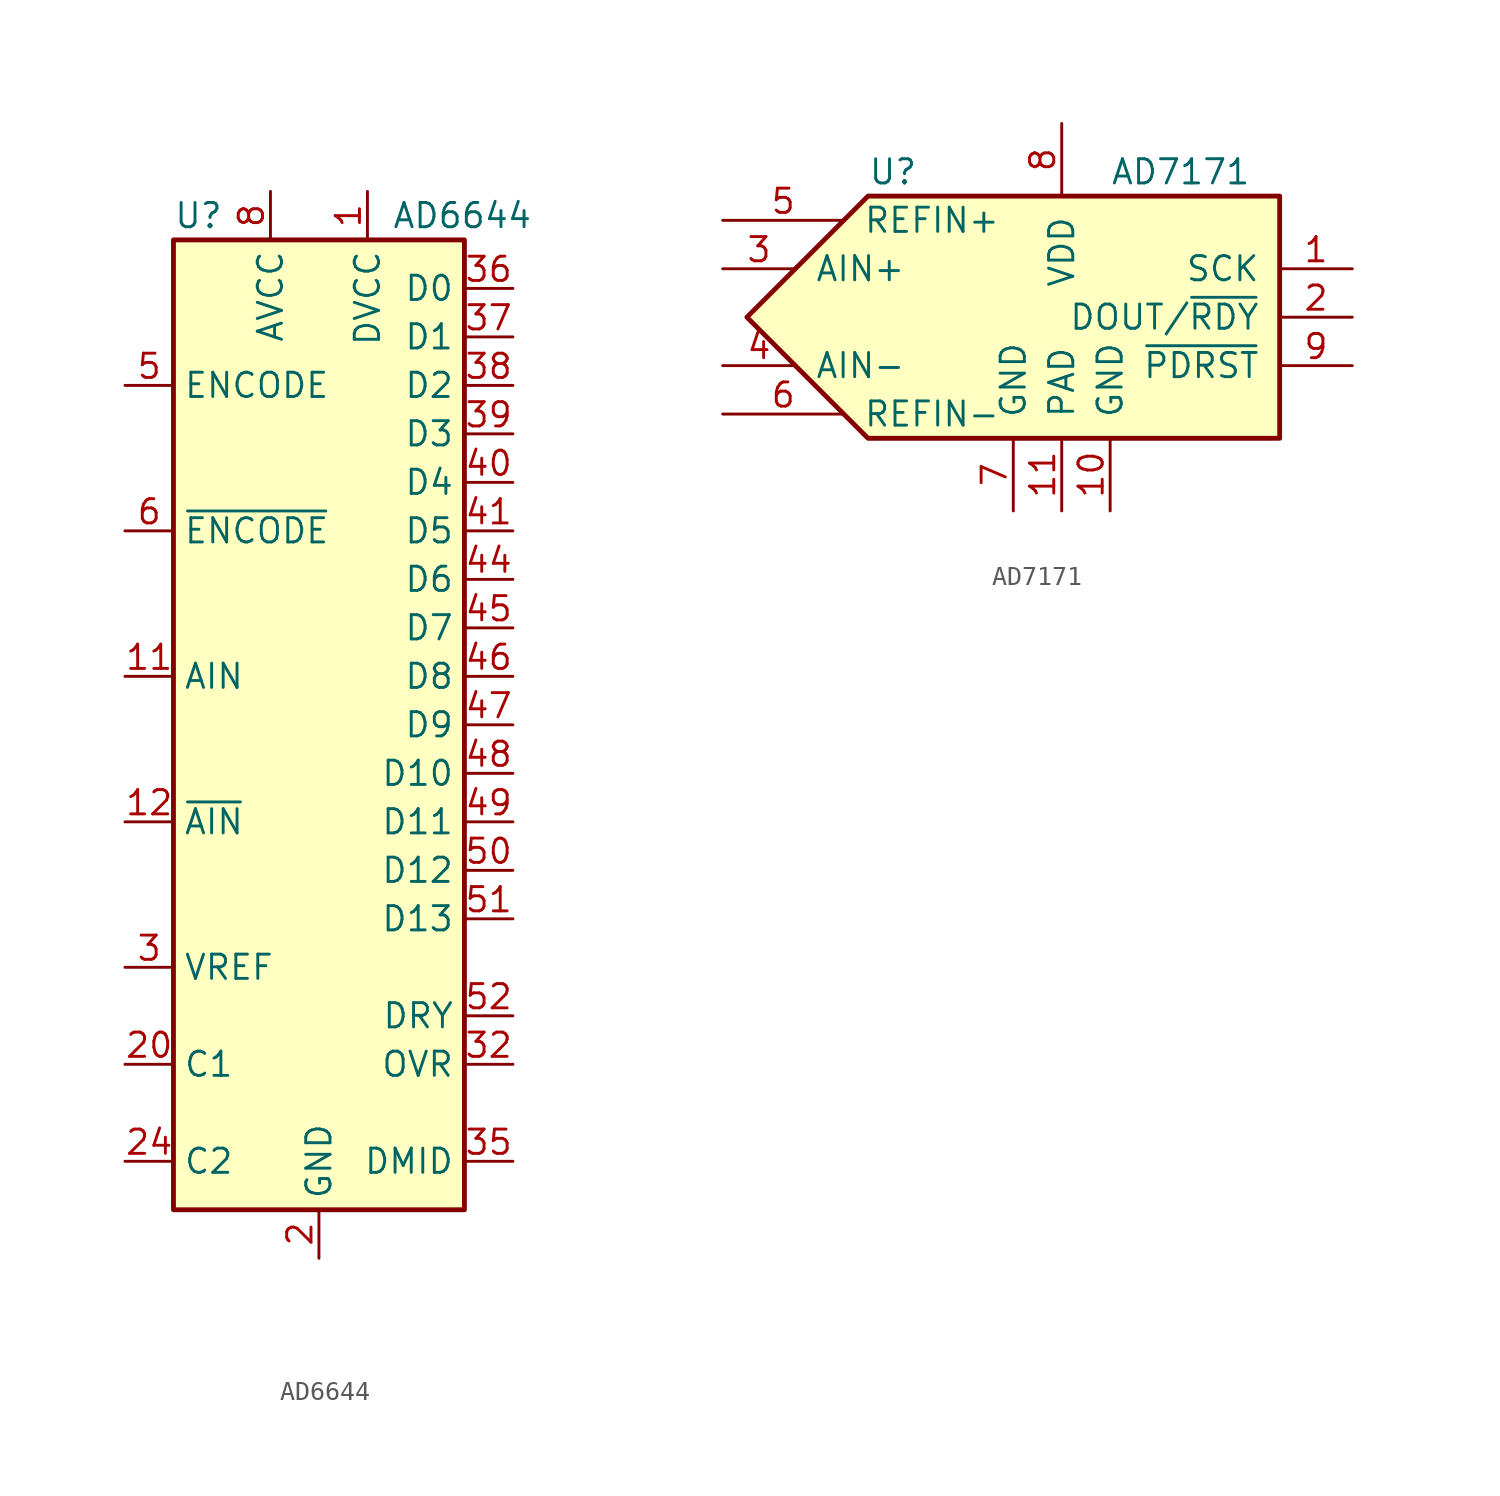
<source format=kicad_sym>
(kicad_symbol_lib
  (version 20220914)
  (generator kicad_symbol_editor)
  (symbol "AD6644"
    (property "Reference" "U"
      (at -7.62 26.67 0)
      (effects (font (size 1.27 1.27)) (justify left)))
    (property "Value" "AD6644"
      (at 3.81 26.67 0)
      (effects (font (size 1.27 1.27)) (justify left)))
    (symbol "AD6644_0_1"
      (rectangle (start -7.62 25.4) (end 7.62 -25.4) (stroke (width 0.254) (type default)) (fill (type background))))
    (symbol "AD6644_1_1"
      (pin power_in line (at 2.54 27.94 270) (length 2.54) (name "DVCC" (effects (font (size 1.27 1.27)))) (number "1" (effects (font (size 1.27 1.27)))))
      (pin passive line (at 0 -27.94 90) (length 2.54) hide (name "GND" (effects (font (size 1.27 1.27)))) (number "10" (effects (font (size 1.27 1.27)))))
      (pin input line (at -10.16 2.54 0) (length 2.54) (name "AIN" (effects (font (size 1.27 1.27)))) (number "11" (effects (font (size 1.27 1.27)))))
      (pin input line (at -10.16 -5.08 0) (length 2.54) (name "~{AIN}" (effects (font (size 1.27 1.27)))) (number "12" (effects (font (size 1.27 1.27)))))
      (pin passive line (at 0 -27.94 90) (length 2.54) hide (name "GND" (effects (font (size 1.27 1.27)))) (number "13" (effects (font (size 1.27 1.27)))))
      (pin passive line (at -2.54 27.94 270) (length 2.54) hide (name "AVCC" (effects (font (size 1.27 1.27)))) (number "14" (effects (font (size 1.27 1.27)))))
      (pin passive line (at 0 -27.94 90) (length 2.54) hide (name "GND" (effects (font (size 1.27 1.27)))) (number "15" (effects (font (size 1.27 1.27)))))
      (pin passive line (at -2.54 27.94 270) (length 2.54) hide (name "AVCC" (effects (font (size 1.27 1.27)))) (number "16" (effects (font (size 1.27 1.27)))))
      (pin passive line (at 0 -27.94 90) (length 2.54) hide (name "GND" (effects (font (size 1.27 1.27)))) (number "17" (effects (font (size 1.27 1.27)))))
      (pin passive line (at -2.54 27.94 270) (length 2.54) hide (name "AVCC" (effects (font (size 1.27 1.27)))) (number "18" (effects (font (size 1.27 1.27)))))
      (pin passive line (at 0 -27.94 90) (length 2.54) hide (name "GND" (effects (font (size 1.27 1.27)))) (number "19" (effects (font (size 1.27 1.27)))))
      (pin power_in line (at 0 -27.94 90) (length 2.54) (name "GND" (effects (font (size 1.27 1.27)))) (number "2" (effects (font (size 1.27 1.27)))))
      (pin passive line (at -10.16 -17.78 0) (length 2.54) (name "C1" (effects (font (size 1.27 1.27)))) (number "20" (effects (font (size 1.27 1.27)))))
      (pin passive line (at 0 -27.94 90) (length 2.54) hide (name "GND" (effects (font (size 1.27 1.27)))) (number "21" (effects (font (size 1.27 1.27)))))
      (pin passive line (at -2.54 27.94 270) (length 2.54) hide (name "AVCC" (effects (font (size 1.27 1.27)))) (number "22" (effects (font (size 1.27 1.27)))))
      (pin passive line (at 0 -27.94 90) (length 2.54) hide (name "GND" (effects (font (size 1.27 1.27)))) (number "23" (effects (font (size 1.27 1.27)))))
      (pin passive line (at -10.16 -22.86 0) (length 2.54) (name "C2" (effects (font (size 1.27 1.27)))) (number "24" (effects (font (size 1.27 1.27)))))
      (pin passive line (at 0 -27.94 90) (length 2.54) hide (name "GND" (effects (font (size 1.27 1.27)))) (number "25" (effects (font (size 1.27 1.27)))))
      (pin passive line (at -2.54 27.94 270) (length 2.54) hide (name "AVCC" (effects (font (size 1.27 1.27)))) (number "26" (effects (font (size 1.27 1.27)))))
      (pin passive line (at 0 -27.94 90) (length 2.54) hide (name "GND" (effects (font (size 1.27 1.27)))) (number "27" (effects (font (size 1.27 1.27)))))
      (pin passive line (at -2.54 27.94 270) (length 2.54) hide (name "AVCC" (effects (font (size 1.27 1.27)))) (number "28" (effects (font (size 1.27 1.27)))))
      (pin passive line (at 0 -27.94 90) (length 2.54) hide (name "GND" (effects (font (size 1.27 1.27)))) (number "29" (effects (font (size 1.27 1.27)))))
      (pin passive line (at -10.16 -12.7 0) (length 2.54) (name "VREF" (effects (font (size 1.27 1.27)))) (number "3" (effects (font (size 1.27 1.27)))))
      (pin passive line (at -2.54 27.94 270) (length 2.54) hide (name "AVCC" (effects (font (size 1.27 1.27)))) (number "30" (effects (font (size 1.27 1.27)))))
      (pin no_connect line (at 7.62 -12.7 180) (length 2.54) hide (name "DNC" (effects (font (size 1.27 1.27)))) (number "31" (effects (font (size 1.27 1.27)))))
      (pin output line (at 10.16 -17.78 180) (length 2.54) (name "OVR" (effects (font (size 1.27 1.27)))) (number "32" (effects (font (size 1.27 1.27)))))
      (pin passive line (at 2.54 27.94 270) (length 2.54) hide (name "DVCC" (effects (font (size 1.27 1.27)))) (number "33" (effects (font (size 1.27 1.27)))))
      (pin passive line (at 0 -27.94 90) (length 2.54) hide (name "GND" (effects (font (size 1.27 1.27)))) (number "34" (effects (font (size 1.27 1.27)))))
      (pin output line (at 10.16 -22.86 180) (length 2.54) (name "DMID" (effects (font (size 1.27 1.27)))) (number "35" (effects (font (size 1.27 1.27)))))
      (pin output line (at 10.16 22.86 180) (length 2.54) (name "D0" (effects (font (size 1.27 1.27)))) (number "36" (effects (font (size 1.27 1.27)))))
      (pin output line (at 10.16 20.32 180) (length 2.54) (name "D1" (effects (font (size 1.27 1.27)))) (number "37" (effects (font (size 1.27 1.27)))))
      (pin output line (at 10.16 17.78 180) (length 2.54) (name "D2" (effects (font (size 1.27 1.27)))) (number "38" (effects (font (size 1.27 1.27)))))
      (pin output line (at 10.16 15.24 180) (length 2.54) (name "D3" (effects (font (size 1.27 1.27)))) (number "39" (effects (font (size 1.27 1.27)))))
      (pin passive line (at 0 -27.94 90) (length 2.54) hide (name "GND" (effects (font (size 1.27 1.27)))) (number "4" (effects (font (size 1.27 1.27)))))
      (pin output line (at 10.16 12.7 180) (length 2.54) (name "D4" (effects (font (size 1.27 1.27)))) (number "40" (effects (font (size 1.27 1.27)))))
      (pin output line (at 10.16 10.16 180) (length 2.54) (name "D5" (effects (font (size 1.27 1.27)))) (number "41" (effects (font (size 1.27 1.27)))))
      (pin passive line (at 0 -27.94 90) (length 2.54) hide (name "GND" (effects (font (size 1.27 1.27)))) (number "42" (effects (font (size 1.27 1.27)))))
      (pin passive line (at 2.54 27.94 270) (length 2.54) hide (name "DVCC" (effects (font (size 1.27 1.27)))) (number "43" (effects (font (size 1.27 1.27)))))
      (pin output line (at 10.16 7.62 180) (length 2.54) (name "D6" (effects (font (size 1.27 1.27)))) (number "44" (effects (font (size 1.27 1.27)))))
      (pin output line (at 10.16 5.08 180) (length 2.54) (name "D7" (effects (font (size 1.27 1.27)))) (number "45" (effects (font (size 1.27 1.27)))))
      (pin output line (at 10.16 2.54 180) (length 2.54) (name "D8" (effects (font (size 1.27 1.27)))) (number "46" (effects (font (size 1.27 1.27)))))
      (pin output line (at 10.16 0 180) (length 2.54) (name "D9" (effects (font (size 1.27 1.27)))) (number "47" (effects (font (size 1.27 1.27)))))
      (pin output line (at 10.16 -2.54 180) (length 2.54) (name "D10" (effects (font (size 1.27 1.27)))) (number "48" (effects (font (size 1.27 1.27)))))
      (pin output line (at 10.16 -5.08 180) (length 2.54) (name "D11" (effects (font (size 1.27 1.27)))) (number "49" (effects (font (size 1.27 1.27)))))
      (pin input line (at -10.16 17.78 0) (length 2.54) (name "ENCODE" (effects (font (size 1.27 1.27)))) (number "5" (effects (font (size 1.27 1.27)))))
      (pin output line (at 10.16 -7.62 180) (length 2.54) (name "D12" (effects (font (size 1.27 1.27)))) (number "50" (effects (font (size 1.27 1.27)))))
      (pin output line (at 10.16 -10.16 180) (length 2.54) (name "D13" (effects (font (size 1.27 1.27)))) (number "51" (effects (font (size 1.27 1.27)))))
      (pin output line (at 10.16 -15.24 180) (length 2.54) (name "DRY" (effects (font (size 1.27 1.27)))) (number "52" (effects (font (size 1.27 1.27)))))
      (pin passive line (at 0 -27.94 90) (length 2.54) hide (name "GND" (effects (font (size 1.27 1.27)))) (number "53" (effects (font (size 1.27 1.27)))))
      (pin input line (at -10.16 10.16 0) (length 2.54) (name "~{ENCODE}" (effects (font (size 1.27 1.27)))) (number "6" (effects (font (size 1.27 1.27)))))
      (pin passive line (at 0 -27.94 90) (length 2.54) hide (name "GND" (effects (font (size 1.27 1.27)))) (number "7" (effects (font (size 1.27 1.27)))))
      (pin power_in line (at -2.54 27.94 270) (length 2.54) (name "AVCC" (effects (font (size 1.27 1.27)))) (number "8" (effects (font (size 1.27 1.27)))))
      (pin passive line (at -2.54 27.94 270) (length 2.54) hide (name "AVCC" (effects (font (size 1.27 1.27)))) (number "9" (effects (font (size 1.27 1.27)))))))
  (symbol "AD7171"
    (pin_names
      (offset 1.016))
    (property "Reference" "U"
      (at -10.16 7.62 0)
      (effects (font (size 1.27 1.27)) (justify left)))
    (property "Value" "AD7171"
      (at 2.54 7.62 0)
      (effects (font (size 1.27 1.27)) (justify left)))
    (symbol "AD7171_0_1"
      (polyline (pts (xy 11.43 6.35) (xy -10.16 6.35) (xy -16.51 0) (xy -10.16 -6.35) (xy 11.43 -6.35) (xy 11.43 6.35)) (stroke (width 0.254) (type default)) (fill (type background))))
    (symbol "AD7171_1_1"
      (pin input line (at 15.24 2.54 180) (length 3.81) (name "SCK" (effects (font (size 1.27 1.27)))) (number "1" (effects (font (size 1.27 1.27)))))
      (pin power_in line (at 2.54 -10.16 90) (length 3.81) (name "GND" (effects (font (size 1.27 1.27)))) (number "10" (effects (font (size 1.27 1.27)))))
      (pin power_in line (at 0 -10.16 90) (length 3.81) (name "PAD" (effects (font (size 1.27 1.27)))) (number "11" (effects (font (size 1.27 1.27)))))
      (pin tri_state line (at 15.24 0 180) (length 3.81) (name "DOUT/~{RDY}" (effects (font (size 1.27 1.27)))) (number "2" (effects (font (size 1.27 1.27)))))
      (pin passive line (at -17.78 2.54 0) (length 3.81) (name "AIN+" (effects (font (size 1.27 1.27)))) (number "3" (effects (font (size 1.27 1.27)))))
      (pin passive line (at -17.78 -2.54 0) (length 3.81) (name "AIN-" (effects (font (size 1.27 1.27)))) (number "4" (effects (font (size 1.27 1.27)))))
      (pin passive line (at -17.78 5.08 0) (length 6.35) (name "REFIN+" (effects (font (size 1.27 1.27)))) (number "5" (effects (font (size 1.27 1.27)))))
      (pin passive line (at -17.78 -5.08 0) (length 6.35) (name "REFIN-" (effects (font (size 1.27 1.27)))) (number "6" (effects (font (size 1.27 1.27)))))
      (pin power_in line (at -2.54 -10.16 90) (length 3.81) (name "GND" (effects (font (size 1.27 1.27)))) (number "7" (effects (font (size 1.27 1.27)))))
      (pin power_in line (at 0 10.16 270) (length 3.81) (name "VDD" (effects (font (size 1.27 1.27)))) (number "8" (effects (font (size 1.27 1.27)))))
      (pin input line (at 15.24 -2.54 180) (length 3.81) (name "~{PDRST}" (effects (font (size 1.27 1.27)))) (number "9" (effects (font (size 1.27 1.27))))))))
</source>
